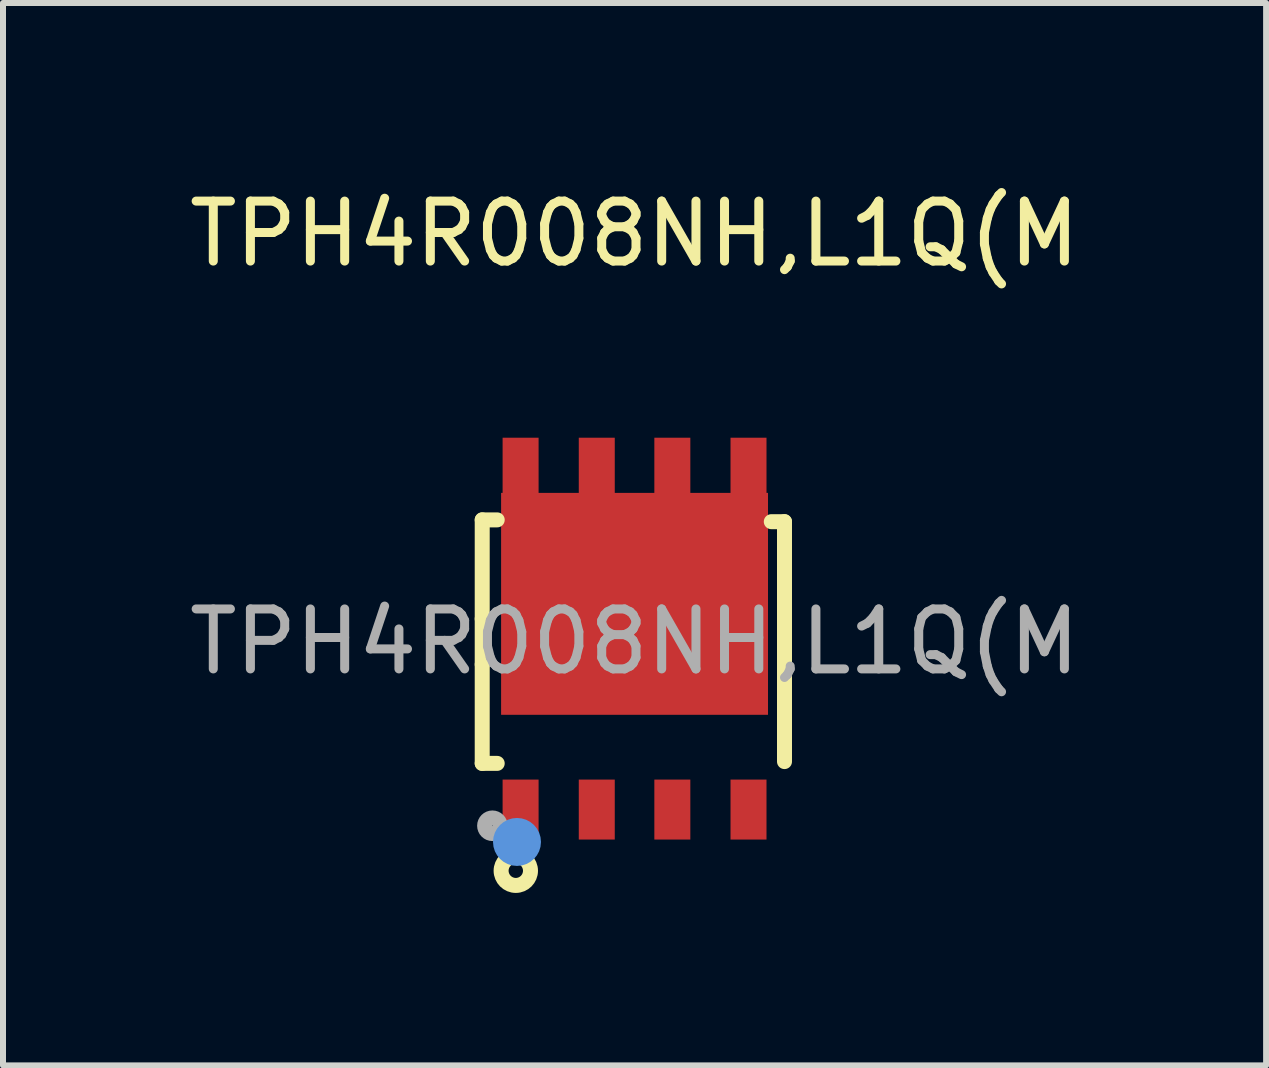
<source format=kicad_pcb>
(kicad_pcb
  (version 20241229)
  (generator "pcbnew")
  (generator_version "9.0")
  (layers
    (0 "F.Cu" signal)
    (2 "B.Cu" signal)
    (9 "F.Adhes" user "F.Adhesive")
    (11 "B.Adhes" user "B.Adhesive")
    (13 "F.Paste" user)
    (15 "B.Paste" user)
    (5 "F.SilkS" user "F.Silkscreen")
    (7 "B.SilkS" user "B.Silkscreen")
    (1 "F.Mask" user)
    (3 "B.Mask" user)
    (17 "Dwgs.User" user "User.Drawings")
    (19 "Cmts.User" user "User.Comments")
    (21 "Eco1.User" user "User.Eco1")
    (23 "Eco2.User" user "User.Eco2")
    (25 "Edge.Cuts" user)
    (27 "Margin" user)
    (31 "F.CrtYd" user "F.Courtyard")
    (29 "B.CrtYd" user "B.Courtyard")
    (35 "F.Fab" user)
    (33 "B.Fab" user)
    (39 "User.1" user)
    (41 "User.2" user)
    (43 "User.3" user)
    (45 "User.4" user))
  (footprint "TPH4R008NH,L1Q(M"
    (layer "F.Cu")
    (at 7.53 7.648)
    (property "Reference" "TPH4R008NH,L1Q(M" (at 0 -6.8 0) (layer "F.SilkS") (effects (font (size 1 1) (thickness 0.15))))
    (attr smd)
    (fp_line (start -2.54 -2.03) (end -2.29 -2.03) (stroke (width 0.25) (type solid)) (layer "F.SilkS"))
    (fp_line (start -2.54 -0.38) (end -2.54 -2.03) (stroke (width 0.25) (type solid)) (layer "F.SilkS"))
    (fp_line (start -2.54 -0.38) (end -2.54 0.38) (stroke (width 0.25) (type solid)) (layer "F.SilkS"))
    (fp_line (start -2.54 0.38) (end -2.54 2.03) (stroke (width 0.25) (type solid)) (layer "F.SilkS"))
    (fp_line (start -2.54 2.03) (end -2.29 2.03) (stroke (width 0.25) (type solid)) (layer "F.SilkS"))
    (fp_line (start 2.5 -2) (end 2.28 -2) (stroke (width 0.25) (type solid)) (layer "F.SilkS"))
    (fp_line (start 2.5 2) (end 2.5 -2) (stroke (width 0.25) (type solid)) (layer "F.SilkS"))
    (fp_circle (center -1.98 3.82) (end -1.86 3.82) (stroke (width 0.25) (type solid)) (fill no) (layer "F.SilkS"))
    (fp_circle (center -1.96 3.34) (end -1.76 3.34) (stroke (width 0.4) (type solid)) (fill no) (layer "Cmts.User"))
    (fp_circle (center -2.37 3.07) (end -2.24 3.07) (stroke (width 0.25) (type solid)) (fill no) (layer "F.Fab"))
    (fp_text user "${REFERENCE}" (at 0 0 0) (layer "F.Fab") (effects (font (size 1 1) (thickness 0.15))))
    (pad "1" smd rect (at -1.9 2.8 180) (size 0.6 1) (layers "F.Cu" "F.Mask" "F.Paste"))
    (pad "2" smd rect (at -0.63 2.8 180) (size 0.6 1) (layers "F.Cu" "F.Mask" "F.Paste"))
    (pad "3" smd rect (at 0.63 2.8 180) (size 0.6 1) (layers "F.Cu" "F.Mask" "F.Paste"))
    (pad "4" smd rect (at 1.9 2.8 180) (size 0.6 1) (layers "F.Cu" "F.Mask" "F.Paste"))
    (pad "5" smd rect (at 1.9 -2.8 180) (size 0.6 1.2) (layers "F.Cu" "F.Mask" "F.Paste"))
    (pad "6" smd rect (at 0.63 -2.8 180) (size 0.6 1.2) (layers "F.Cu" "F.Mask" "F.Paste"))
    (pad "7" smd rect (at -0.63 -2.8 180) (size 0.6 1.2) (layers "F.Cu" "F.Mask" "F.Paste"))
    (pad "8" smd rect (at -1.9 -2.8 180) (size 0.6 1.2) (layers "F.Cu" "F.Mask" "F.Paste"))
    (pad "9" smd rect (at 0 -0.63 180) (size 4.45 3.7) (layers "F.Cu" "F.Mask" "F.Paste")))
  (gr_rect
    (start -3 -3)
    (end 18.06 14.713)
    (stroke (width 0.1) (type default))
    (fill no)
    (layer "Edge.Cuts")))
</source>
